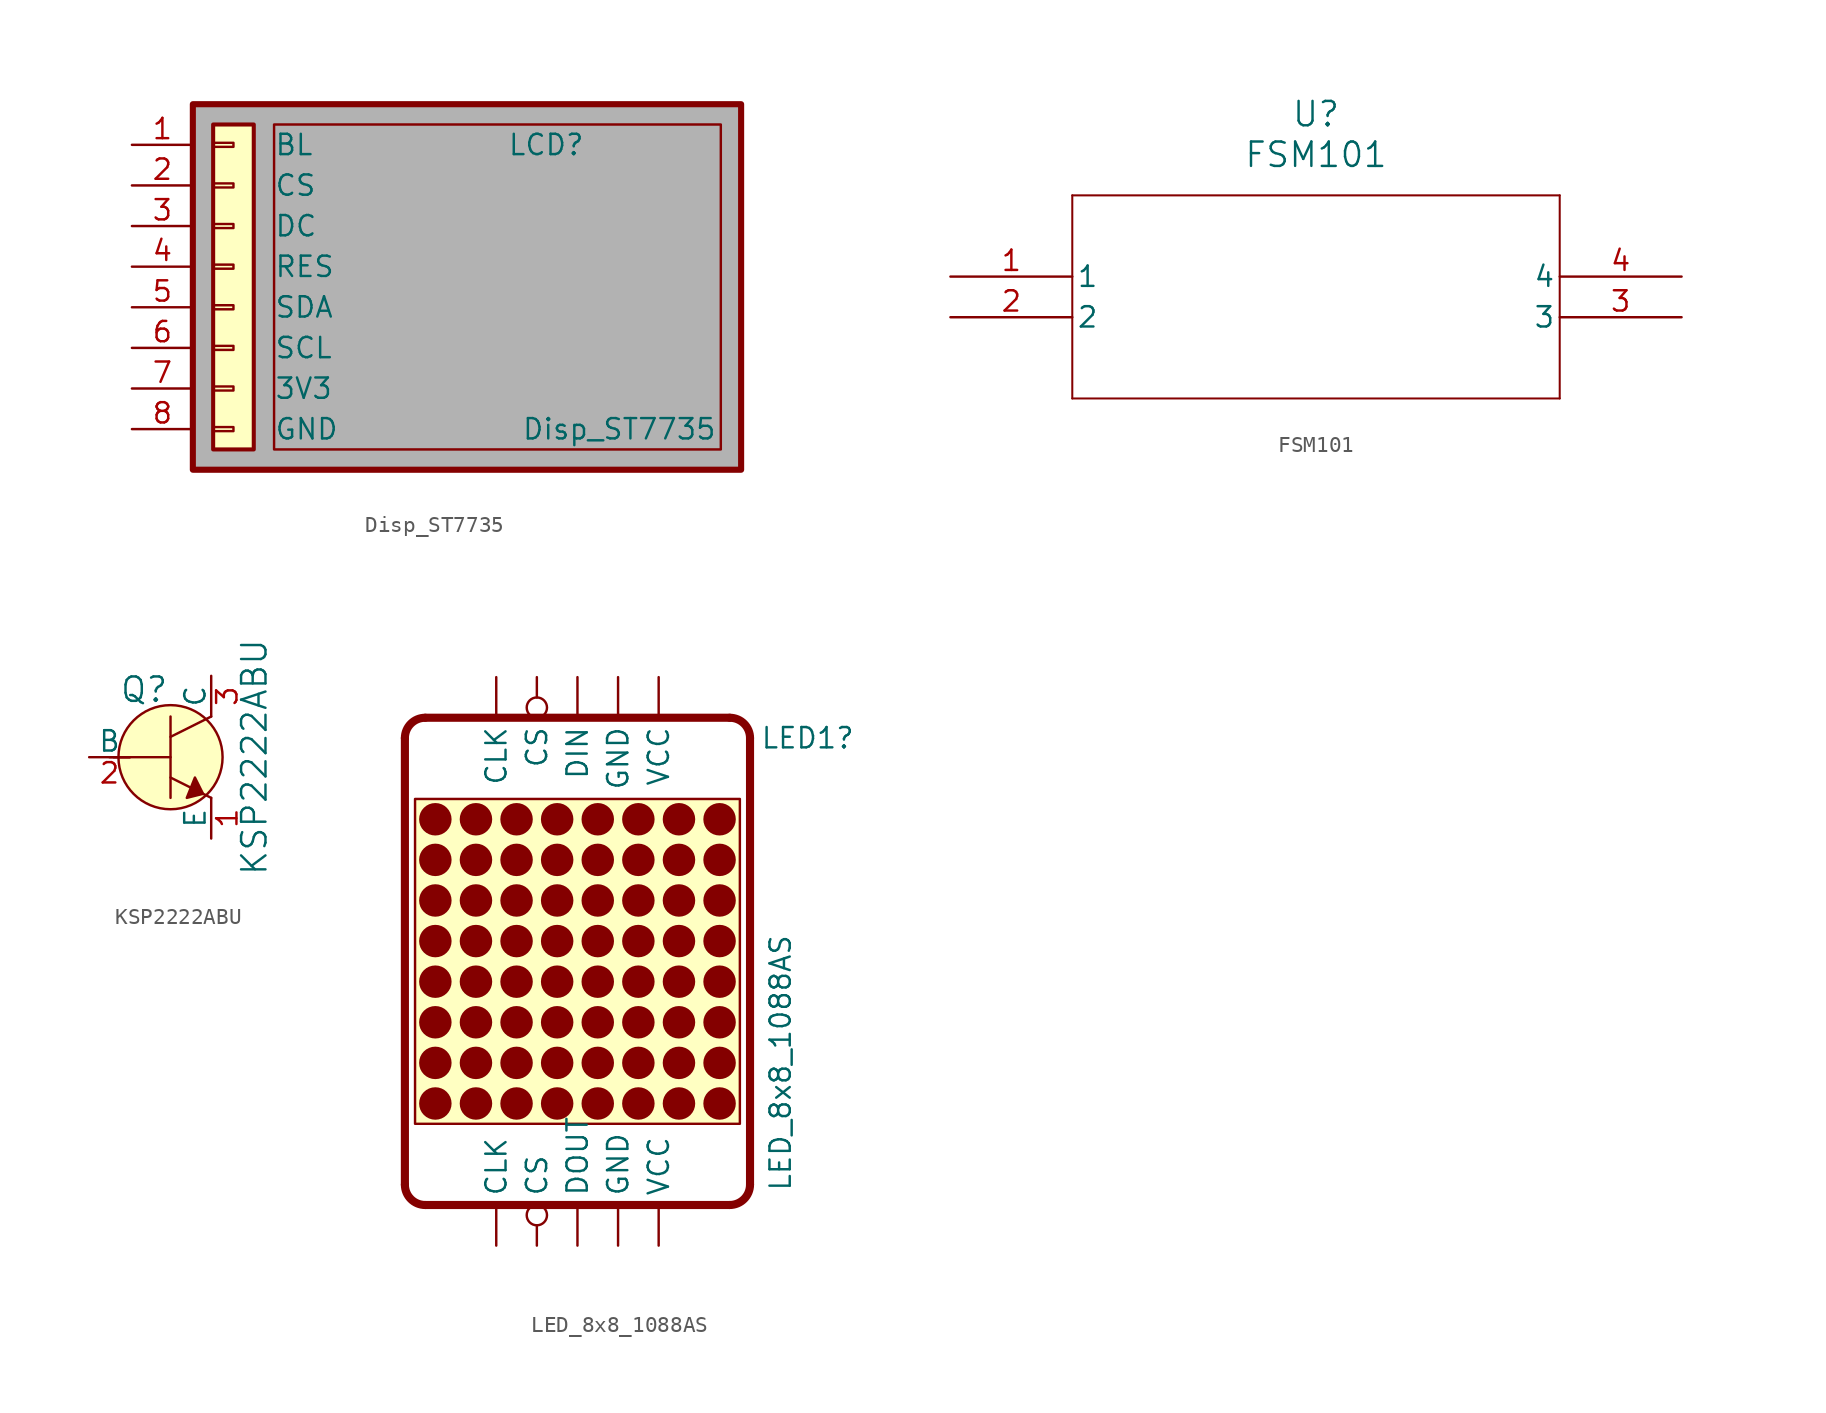
<source format=kicad_sym>
(kicad_symbol_lib
  (version 20241209)
  (generator "kicad_symbol_editor")
  (generator_version "9.0")
  (symbol "Disp_ST7735"
    (pin_names
      (offset 5.08))
    (property "Reference" "LCD"
      (at 19.558 7.62 0)
      (effects (font (size 1.27 1.27))))
    (property "Value" "Disp_ST7735"
      (at 24.13 -10.16 0)
      (effects (font (size 1.27 1.27))))
    (symbol "Disp_ST7735_0_1"
      (rectangle (start 2.54 8.89) (end 30.48 -11.43) (stroke (width 0) (type default)) (fill (type none))))
    (symbol "Disp_ST7735_1_1"
      (rectangle (start -2.54 10.16) (end 31.75 -12.7) (stroke (width 0.381) (type solid)) (fill (type color) (color 35 35 35 0.35)))
      (rectangle (start -1.27 8.89) (end 1.27 -11.43) (stroke (width 0.254) (type default)) (fill (type background)))
      (rectangle (start -1.27 7.747) (end 0 7.493) (stroke (width 0.152) (type default)) (fill (type none)))
      (rectangle (start -1.27 5.207) (end 0 4.953) (stroke (width 0.152) (type default)) (fill (type none)))
      (rectangle (start -1.27 2.667) (end 0 2.413) (stroke (width 0.152) (type default)) (fill (type none)))
      (rectangle (start -1.27 0.127) (end 0 -0.127) (stroke (width 0.152) (type default)) (fill (type none)))
      (rectangle (start -1.27 -2.413) (end 0 -2.667) (stroke (width 0.152) (type default)) (fill (type none)))
      (rectangle (start -1.27 -4.953) (end 0 -5.207) (stroke (width 0.152) (type default)) (fill (type none)))
      (rectangle (start -1.27 -7.493) (end 0 -7.747) (stroke (width 0.152) (type default)) (fill (type none)))
      (rectangle (start -1.27 -10.033) (end 0 -10.287) (stroke (width 0.152) (type default)) (fill (type none)))
      (pin passive line (at -6.35 7.62 0) (length 3.81) (name "BL" (effects (font (size 1.27 1.27)))) (number "1" (effects (font (size 1.27 1.27)))))
      (pin passive line (at -6.35 5.08 0) (length 3.81) (name "CS" (effects (font (size 1.27 1.27)))) (number "2" (effects (font (size 1.27 1.27)))))
      (pin passive line (at -6.35 2.54 0) (length 3.81) (name "DC" (effects (font (size 1.27 1.27)))) (number "3" (effects (font (size 1.27 1.27)))))
      (pin passive line (at -6.35 0 0) (length 3.81) (name "RES" (effects (font (size 1.27 1.27)))) (number "4" (effects (font (size 1.27 1.27)))))
      (pin passive line (at -6.35 -2.54 0) (length 3.81) (name "SDA" (effects (font (size 1.27 1.27)))) (number "5" (effects (font (size 1.27 1.27)))))
      (pin passive line (at -6.35 -5.08 0) (length 3.81) (name "SCL" (effects (font (size 1.27 1.27)))) (number "6" (effects (font (size 1.27 1.27)))))
      (pin passive line (at -6.35 -7.62 0) (length 3.81) (name "3V3" (effects (font (size 1.27 1.27)))) (number "7" (effects (font (size 1.27 1.27)))))
      (pin passive line (at -6.35 -10.16 0) (length 3.81) (name "GND" (effects (font (size 1.27 1.27)))) (number "8" (effects (font (size 1.27 1.27)))))))
  (symbol "FSM101"
    (pin_names
      (offset 0.254))
    (property "Reference" "U"
      (at 22.86 10.16 0)
      (effects (font (size 1.524 1.524))))
    (property "Value" "FSM101"
      (at 22.86 7.62 0)
      (effects (font (size 1.524 1.524))))
    (property "ki_locked" ""
      (at 0 0 0)
      (effects (font (size 1.27 1.27))))
    (symbol "FSM101_0_1"
      (polyline (pts (xy 7.62 5.08) (xy 7.62 -7.62)) (stroke (width 0.127) (type default)) (fill (type none)))
      (polyline (pts (xy 7.62 -7.62) (xy 38.1 -7.62)) (stroke (width 0.127) (type default)) (fill (type none)))
      (polyline (pts (xy 38.1 5.08) (xy 7.62 5.08)) (stroke (width 0.127) (type default)) (fill (type none)))
      (polyline (pts (xy 38.1 -7.62) (xy 38.1 5.08)) (stroke (width 0.127) (type default)) (fill (type none)))
      (pin unspecified line (at 0 0 0) (length 7.62) (name "1" (effects (font (size 1.27 1.27)))) (number "1" (effects (font (size 1.27 1.27)))))
      (pin unspecified line (at 0 -2.54 0) (length 7.62) (name "2" (effects (font (size 1.27 1.27)))) (number "2" (effects (font (size 1.27 1.27)))))
      (pin unspecified line (at 45.72 0 180) (length 7.62) (name "4" (effects (font (size 1.27 1.27)))) (number "4" (effects (font (size 1.27 1.27)))))
      (pin unspecified line (at 45.72 -2.54 180) (length 7.62) (name "3" (effects (font (size 1.27 1.27)))) (number "3" (effects (font (size 1.27 1.27)))))))
  (symbol "KSP2222ABU"
    (pin_names
      (offset 0))
    (property "Reference" "Q"
      (at -3.2 4.216 0)
      (effects (font (size 1.524 1.524)) (justify left)))
    (property "Value" "KSP2222ABU"
      (at 5.232 0 90)
      (effects (font (size 1.524 1.524))))
    (symbol "KSP2222ABU_0_1"
      (polyline (pts (xy -3.81 0) (xy -2.54 0)) (stroke (width 0) (type solid)) (fill (type none)))
      (polyline (pts (xy -3.556 0) (xy 0 0)) (stroke (width 0) (type solid)) (fill (type none)))
      (polyline (pts (xy 0 2.54) (xy 0 -2.54)) (stroke (width 0) (type solid)) (fill (type none)))
      (polyline (pts (xy 0 1.27) (xy 2.54 2.54)) (stroke (width 0) (type solid)) (fill (type none)))
      (circle (center 0 0) (radius 3.251) (stroke (width 0) (type solid)) (fill (type background)))
      (polyline (pts (xy 0 -1.27) (xy 2.54 -2.54)) (stroke (width 0) (type solid)) (fill (type none)))
      (polyline (pts (xy 1.524 -1.27) (xy 2.032 -2.286) (xy 1.016 -2.54) (xy 1.524 -1.27)) (stroke (width 0) (type solid)) (fill (type outline))))
    (symbol "KSP2222ABU_1_1"
      (pin input line (at -5.08 0 0) (length 2.54) (name "B" (effects (font (size 1.27 1.27)))) (number "2" (effects (font (size 1.27 1.27)))))
      (pin passive line (at 2.54 5.08 270) (length 2.54) (name "C" (effects (font (size 1.27 1.27)))) (number "3" (effects (font (size 1.27 1.27)))))
      (pin passive line (at 2.54 -5.08 90) (length 2.54) (name "E" (effects (font (size 1.27 1.27)))) (number "1" (effects (font (size 1.27 1.27)))))))
  (symbol "LED_8x8_1088AS"
    (pin_numbers
      (hide yes))
    (property "Reference" "LED1"
      (at 11.43 -1.27 0)
      (effects (font (size 1.27 1.27)) (justify left)))
    (property "Value" "LED_8x8_1088AS"
      (at 12.7 -21.59 90)
      (effects (font (size 1.27 1.27))))
    (symbol "LED_8x8_1088AS_1_1"
      (polyline (pts (xy -10.795 -1.27) (xy -10.795 -29.21)) (stroke (width 0.508) (type default)) (fill (type none)))
      (rectangle (start -10.16 -5.08) (end 10.16 -25.4) (stroke (width 0) (type default)) (fill (type background)))
      (polyline (pts (xy -9.525 -30.48) (xy 9.525 -30.48)) (stroke (width 0.508) (type default)) (fill (type background)))
      (arc (start -10.795 -1.27) (mid -10.423 -0.372) (end -9.525 0) (stroke (width 0.508) (type default)) (fill (type none)))
      (arc (start -9.525 -30.48) (mid -10.423 -30.108) (end -10.795 -29.21) (stroke (width 0.508) (type default)) (fill (type none)))
      (circle (center -8.89 -6.35) (radius 0.635) (stroke (width 0.762) (type default)) (fill (type outline)))
      (circle (center -8.89 -8.89) (radius 0.635) (stroke (width 0.762) (type default)) (fill (type outline)))
      (circle (center -8.89 -11.43) (radius 0.635) (stroke (width 0.762) (type default)) (fill (type outline)))
      (circle (center -8.89 -13.97) (radius 0.635) (stroke (width 0.762) (type default)) (fill (type outline)))
      (circle (center -8.89 -16.51) (radius 0.635) (stroke (width 0.762) (type default)) (fill (type outline)))
      (circle (center -8.89 -19.05) (radius 0.635) (stroke (width 0.762) (type default)) (fill (type outline)))
      (circle (center -8.89 -21.59) (radius 0.635) (stroke (width 0.762) (type default)) (fill (type outline)))
      (circle (center -8.89 -24.13) (radius 0.635) (stroke (width 0.762) (type default)) (fill (type outline)))
      (circle (center -6.35 -6.35) (radius 0.635) (stroke (width 0.762) (type default)) (fill (type outline)))
      (circle (center -6.35 -8.89) (radius 0.635) (stroke (width 0.762) (type default)) (fill (type outline)))
      (circle (center -6.35 -11.43) (radius 0.635) (stroke (width 0.762) (type default)) (fill (type outline)))
      (circle (center -6.35 -13.97) (radius 0.635) (stroke (width 0.762) (type default)) (fill (type outline)))
      (circle (center -6.35 -16.51) (radius 0.635) (stroke (width 0.762) (type default)) (fill (type outline)))
      (circle (center -6.35 -19.05) (radius 0.635) (stroke (width 0.762) (type default)) (fill (type outline)))
      (circle (center -6.35 -21.59) (radius 0.635) (stroke (width 0.762) (type default)) (fill (type outline)))
      (circle (center -6.35 -24.13) (radius 0.635) (stroke (width 0.762) (type default)) (fill (type outline)))
      (circle (center -3.81 -6.35) (radius 0.635) (stroke (width 0.762) (type default)) (fill (type outline)))
      (circle (center -3.81 -8.89) (radius 0.635) (stroke (width 0.762) (type default)) (fill (type outline)))
      (circle (center -3.81 -11.43) (radius 0.635) (stroke (width 0.762) (type default)) (fill (type outline)))
      (circle (center -3.81 -13.97) (radius 0.635) (stroke (width 0.762) (type default)) (fill (type outline)))
      (circle (center -3.81 -16.51) (radius 0.635) (stroke (width 0.762) (type default)) (fill (type outline)))
      (circle (center -3.81 -19.05) (radius 0.635) (stroke (width 0.762) (type default)) (fill (type outline)))
      (circle (center -3.81 -21.59) (radius 0.635) (stroke (width 0.762) (type default)) (fill (type outline)))
      (circle (center -3.81 -24.13) (radius 0.635) (stroke (width 0.762) (type default)) (fill (type outline)))
      (circle (center -1.27 -6.35) (radius 0.635) (stroke (width 0.762) (type default)) (fill (type outline)))
      (circle (center -1.27 -8.89) (radius 0.635) (stroke (width 0.762) (type default)) (fill (type outline)))
      (circle (center -1.27 -11.43) (radius 0.635) (stroke (width 0.762) (type default)) (fill (type outline)))
      (circle (center -1.27 -13.97) (radius 0.635) (stroke (width 0.762) (type default)) (fill (type outline)))
      (circle (center -1.27 -16.51) (radius 0.635) (stroke (width 0.762) (type default)) (fill (type outline)))
      (circle (center -1.27 -19.05) (radius 0.635) (stroke (width 0.762) (type default)) (fill (type outline)))
      (circle (center -1.27 -21.59) (radius 0.635) (stroke (width 0.762) (type default)) (fill (type outline)))
      (circle (center -1.27 -24.13) (radius 0.635) (stroke (width 0.762) (type default)) (fill (type outline)))
      (circle (center 1.27 -6.35) (radius 0.635) (stroke (width 0.762) (type default)) (fill (type outline)))
      (circle (center 1.27 -8.89) (radius 0.635) (stroke (width 0.762) (type default)) (fill (type outline)))
      (circle (center 1.27 -11.43) (radius 0.635) (stroke (width 0.762) (type default)) (fill (type outline)))
      (circle (center 1.27 -13.97) (radius 0.635) (stroke (width 0.762) (type default)) (fill (type outline)))
      (circle (center 1.27 -16.51) (radius 0.635) (stroke (width 0.762) (type default)) (fill (type outline)))
      (circle (center 1.27 -19.05) (radius 0.635) (stroke (width 0.762) (type default)) (fill (type outline)))
      (circle (center 1.27 -21.59) (radius 0.635) (stroke (width 0.762) (type default)) (fill (type outline)))
      (circle (center 1.27 -24.13) (radius 0.635) (stroke (width 0.762) (type default)) (fill (type outline)))
      (circle (center 3.81 -6.35) (radius 0.635) (stroke (width 0.762) (type default)) (fill (type outline)))
      (circle (center 3.81 -8.89) (radius 0.635) (stroke (width 0.762) (type default)) (fill (type outline)))
      (circle (center 3.81 -11.43) (radius 0.635) (stroke (width 0.762) (type default)) (fill (type outline)))
      (circle (center 3.81 -13.97) (radius 0.635) (stroke (width 0.762) (type default)) (fill (type outline)))
      (circle (center 3.81 -16.51) (radius 0.635) (stroke (width 0.762) (type default)) (fill (type outline)))
      (circle (center 3.81 -19.05) (radius 0.635) (stroke (width 0.762) (type default)) (fill (type outline)))
      (circle (center 3.81 -21.59) (radius 0.635) (stroke (width 0.762) (type default)) (fill (type outline)))
      (circle (center 3.81 -24.13) (radius 0.635) (stroke (width 0.762) (type default)) (fill (type outline)))
      (circle (center 6.35 -6.35) (radius 0.635) (stroke (width 0.762) (type default)) (fill (type outline)))
      (circle (center 6.35 -8.89) (radius 0.635) (stroke (width 0.762) (type default)) (fill (type outline)))
      (circle (center 6.35 -11.43) (radius 0.635) (stroke (width 0.762) (type default)) (fill (type outline)))
      (circle (center 6.35 -13.97) (radius 0.635) (stroke (width 0.762) (type default)) (fill (type outline)))
      (circle (center 6.35 -16.51) (radius 0.635) (stroke (width 0.762) (type default)) (fill (type outline)))
      (circle (center 6.35 -19.05) (radius 0.635) (stroke (width 0.762) (type default)) (fill (type outline)))
      (circle (center 6.35 -21.59) (radius 0.635) (stroke (width 0.762) (type default)) (fill (type outline)))
      (circle (center 6.35 -24.13) (radius 0.635) (stroke (width 0.762) (type default)) (fill (type outline)))
      (circle (center 8.89 -6.35) (radius 0.635) (stroke (width 0.762) (type default)) (fill (type outline)))
      (circle (center 8.89 -8.89) (radius 0.635) (stroke (width 0.762) (type default)) (fill (type outline)))
      (circle (center 8.89 -11.43) (radius 0.635) (stroke (width 0.762) (type default)) (fill (type outline)))
      (circle (center 8.89 -13.97) (radius 0.635) (stroke (width 0.762) (type default)) (fill (type outline)))
      (circle (center 8.89 -16.51) (radius 0.635) (stroke (width 0.762) (type default)) (fill (type outline)))
      (circle (center 8.89 -19.05) (radius 0.635) (stroke (width 0.762) (type default)) (fill (type outline)))
      (circle (center 8.89 -21.59) (radius 0.635) (stroke (width 0.762) (type default)) (fill (type outline)))
      (circle (center 8.89 -24.13) (radius 0.635) (stroke (width 0.762) (type default)) (fill (type outline)))
      (polyline (pts (xy 9.525 0) (xy -9.525 0)) (stroke (width 0.508) (type default)) (fill (type none)))
      (arc (start 9.525 0) (mid 10.423 -0.372) (end 10.795 -1.27) (stroke (width 0.508) (type default)) (fill (type none)))
      (arc (start 10.795 -29.21) (mid 10.423 -30.108) (end 9.525 -30.48) (stroke (width 0.508) (type default)) (fill (type none)))
      (polyline (pts (xy 10.795 -29.21) (xy 10.795 -1.27)) (stroke (width 0.508) (type default)) (fill (type none)))
      (pin passive line (at -5.08 2.54 270) (length 2.54) (name "CLK" (effects (font (size 1.27 1.27)))) (number "CLK" (effects (font (size 1.27 1.27)))))
      (pin passive line (at -5.08 -33.02 90) (length 2.54) (name "CLK" (effects (font (size 1.27 1.27)))) (number "CLK" (effects (font (size 1.27 1.27)))))
      (pin passive inverted (at -2.54 2.54 270) (length 2.54) (name "CS" (effects (font (size 1.27 1.27)))) (number "CS" (effects (font (size 1.27 1.27)))))
      (pin passive inverted (at -2.54 -33.02 90) (length 2.54) (name "CS" (effects (font (size 1.27 1.27)))) (number "CS" (effects (font (size 1.27 1.27)))))
      (pin passive line (at 0 2.54 270) (length 2.54) (name "DIN" (effects (font (size 1.27 1.27)))) (number "DIN" (effects (font (size 1.27 1.27)))))
      (pin passive line (at 0 -33.02 90) (length 2.54) (name "DOUT" (effects (font (size 1.27 1.27)))) (number "DOUT" (effects (font (size 1.27 1.27)))))
      (pin passive line (at 2.54 2.54 270) (length 2.54) (name "GND" (effects (font (size 1.27 1.27)))) (number "GND" (effects (font (size 1.27 1.27)))))
      (pin passive line (at 2.54 -33.02 90) (length 2.54) (name "GND" (effects (font (size 1.27 1.27)))) (number "GND" (effects (font (size 1.27 1.27)))))
      (pin passive line (at 5.08 2.54 270) (length 2.54) (name "VCC" (effects (font (size 1.27 1.27)))) (number "VCC" (effects (font (size 1.27 1.27)))))
      (pin passive line (at 5.08 -33.02 90) (length 2.54) (name "VCC" (effects (font (size 1.27 1.27)))) (number "VCC" (effects (font (size 1.27 1.27))))))))
</source>
